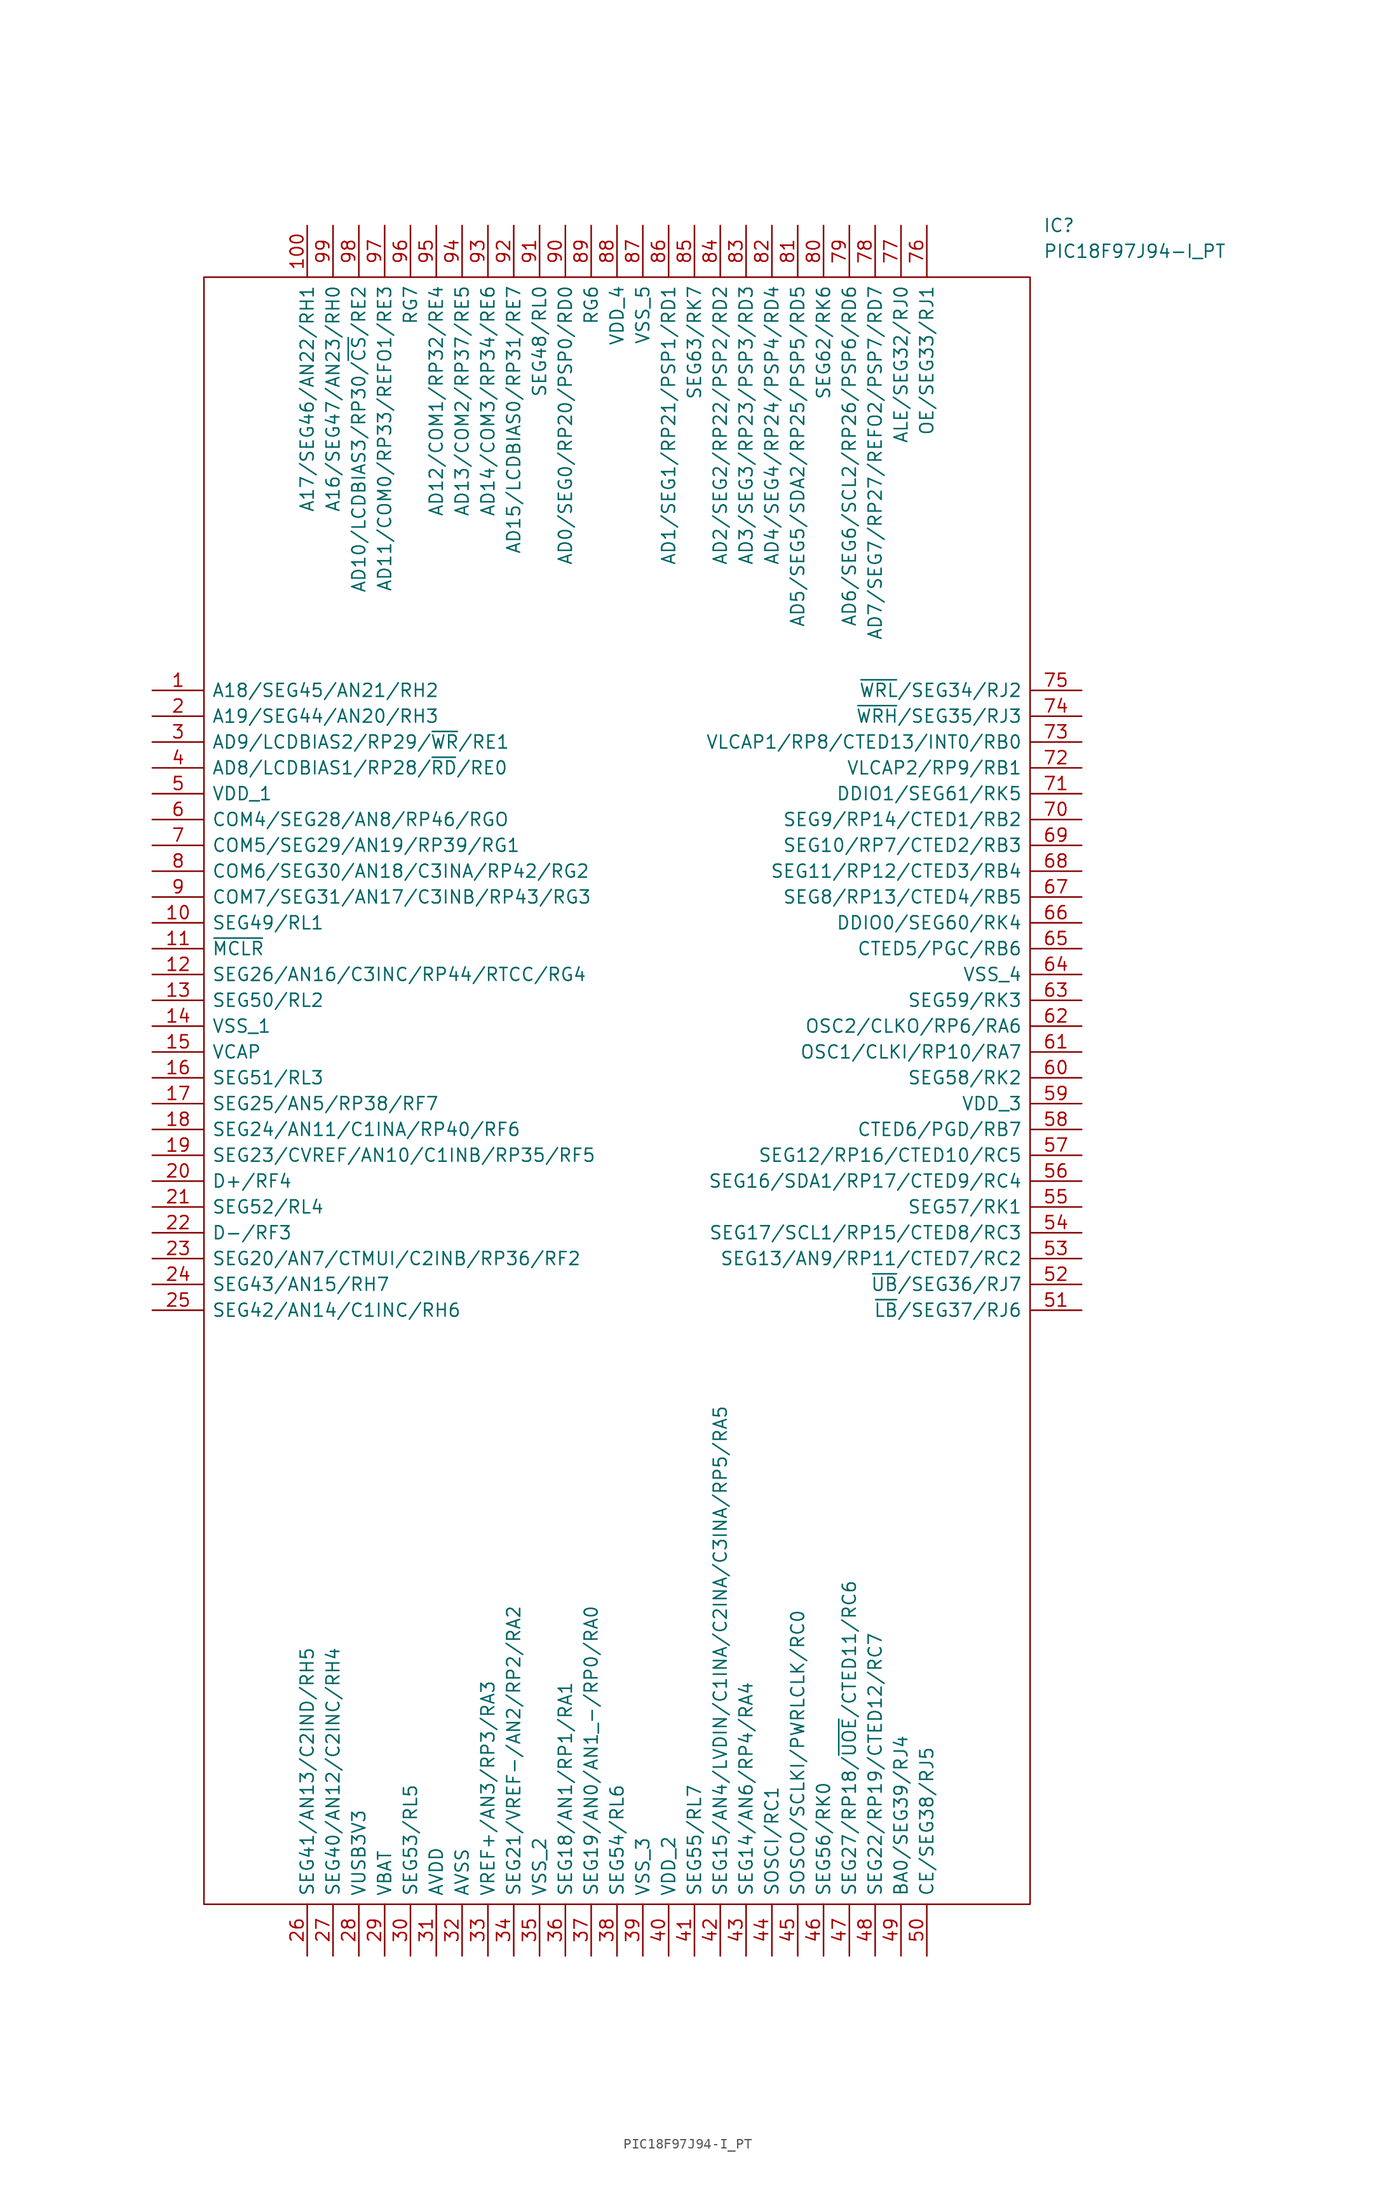
<source format=kicad_sym>
(kicad_symbol_lib
  (version 20211014)
  (generator kicad_symbol_editor)
  (symbol "PIC18F97J94-I_PT"
    (pin_names
      (offset 0.762))
    (property "Reference" "IC"
      (at 87.63 45.72 0)
      (effects (font (size 1.27 1.27)) (justify left)))
    (property "Value" "PIC18F97J94-I_PT"
      (at 87.63 43.18 0)
      (effects (font (size 1.27 1.27)) (justify left)))
    (symbol "PIC18F97J94-I_PT_0_0"
      (pin unspecified line (at 0 0 0) (length 5.08) (name "A18/SEG45/AN21/RH2" (effects (font (size 1.27 1.27)))) (number "1" (effects (font (size 1.27 1.27)))))
      (pin unspecified line (at 0 -22.86 0) (length 5.08) (name "SEG49/RL1" (effects (font (size 1.27 1.27)))) (number "10" (effects (font (size 1.27 1.27)))))
      (pin unspecified line (at 15.24 45.72 270) (length 5.08) (name "A17/SEG46/AN22/RH1" (effects (font (size 1.27 1.27)))) (number "100" (effects (font (size 1.27 1.27)))))
      (pin unspecified line (at 0 -25.4 0) (length 5.08) (name "~{MCLR}" (effects (font (size 1.27 1.27)))) (number "11" (effects (font (size 1.27 1.27)))))
      (pin unspecified line (at 0 -27.94 0) (length 5.08) (name "SEG26/AN16/C3INC/RP44/RTCC/RG4" (effects (font (size 1.27 1.27)))) (number "12" (effects (font (size 1.27 1.27)))))
      (pin unspecified line (at 0 -30.48 0) (length 5.08) (name "SEG50/RL2" (effects (font (size 1.27 1.27)))) (number "13" (effects (font (size 1.27 1.27)))))
      (pin unspecified line (at 0 -33.02 0) (length 5.08) (name "VSS_1" (effects (font (size 1.27 1.27)))) (number "14" (effects (font (size 1.27 1.27)))))
      (pin unspecified line (at 0 -35.56 0) (length 5.08) (name "VCAP" (effects (font (size 1.27 1.27)))) (number "15" (effects (font (size 1.27 1.27)))))
      (pin unspecified line (at 0 -38.1 0) (length 5.08) (name "SEG51/RL3" (effects (font (size 1.27 1.27)))) (number "16" (effects (font (size 1.27 1.27)))))
      (pin unspecified line (at 0 -40.64 0) (length 5.08) (name "SEG25/AN5/RP38/RF7" (effects (font (size 1.27 1.27)))) (number "17" (effects (font (size 1.27 1.27)))))
      (pin unspecified line (at 0 -43.18 0) (length 5.08) (name "SEG24/AN11/C1INA/RP40/RF6" (effects (font (size 1.27 1.27)))) (number "18" (effects (font (size 1.27 1.27)))))
      (pin unspecified line (at 0 -45.72 0) (length 5.08) (name "SEG23/CVREF/AN10/C1INB/RP35/RF5" (effects (font (size 1.27 1.27)))) (number "19" (effects (font (size 1.27 1.27)))))
      (pin unspecified line (at 0 -2.54 0) (length 5.08) (name "A19/SEG44/AN20/RH3" (effects (font (size 1.27 1.27)))) (number "2" (effects (font (size 1.27 1.27)))))
      (pin unspecified line (at 0 -48.26 0) (length 5.08) (name "D+/RF4" (effects (font (size 1.27 1.27)))) (number "20" (effects (font (size 1.27 1.27)))))
      (pin unspecified line (at 0 -50.8 0) (length 5.08) (name "SEG52/RL4" (effects (font (size 1.27 1.27)))) (number "21" (effects (font (size 1.27 1.27)))))
      (pin unspecified line (at 0 -53.34 0) (length 5.08) (name "D-/RF3" (effects (font (size 1.27 1.27)))) (number "22" (effects (font (size 1.27 1.27)))))
      (pin unspecified line (at 0 -55.88 0) (length 5.08) (name "SEG20/AN7/CTMUI/C2INB/RP36/RF2" (effects (font (size 1.27 1.27)))) (number "23" (effects (font (size 1.27 1.27)))))
      (pin unspecified line (at 0 -58.42 0) (length 5.08) (name "SEG43/AN15/RH7" (effects (font (size 1.27 1.27)))) (number "24" (effects (font (size 1.27 1.27)))))
      (pin unspecified line (at 0 -60.96 0) (length 5.08) (name "SEG42/AN14/C1INC/RH6" (effects (font (size 1.27 1.27)))) (number "25" (effects (font (size 1.27 1.27)))))
      (pin unspecified line (at 15.24 -124.46 90) (length 5.08) (name "SEG41/AN13/C2IND/RH5" (effects (font (size 1.27 1.27)))) (number "26" (effects (font (size 1.27 1.27)))))
      (pin unspecified line (at 17.78 -124.46 90) (length 5.08) (name "SEG40/AN12/C2INC/RH4" (effects (font (size 1.27 1.27)))) (number "27" (effects (font (size 1.27 1.27)))))
      (pin unspecified line (at 20.32 -124.46 90) (length 5.08) (name "VUSB3V3" (effects (font (size 1.27 1.27)))) (number "28" (effects (font (size 1.27 1.27)))))
      (pin unspecified line (at 22.86 -124.46 90) (length 5.08) (name "VBAT" (effects (font (size 1.27 1.27)))) (number "29" (effects (font (size 1.27 1.27)))))
      (pin unspecified line (at 0 -5.08 0) (length 5.08) (name "AD9/LCDBIAS2/RP29/~{WR}/RE1" (effects (font (size 1.27 1.27)))) (number "3" (effects (font (size 1.27 1.27)))))
      (pin unspecified line (at 25.4 -124.46 90) (length 5.08) (name "SEG53/RL5" (effects (font (size 1.27 1.27)))) (number "30" (effects (font (size 1.27 1.27)))))
      (pin unspecified line (at 27.94 -124.46 90) (length 5.08) (name "AVDD" (effects (font (size 1.27 1.27)))) (number "31" (effects (font (size 1.27 1.27)))))
      (pin unspecified line (at 30.48 -124.46 90) (length 5.08) (name "AVSS" (effects (font (size 1.27 1.27)))) (number "32" (effects (font (size 1.27 1.27)))))
      (pin unspecified line (at 33.02 -124.46 90) (length 5.08) (name "VREF+/AN3/RP3/RA3" (effects (font (size 1.27 1.27)))) (number "33" (effects (font (size 1.27 1.27)))))
      (pin unspecified line (at 35.56 -124.46 90) (length 5.08) (name "SEG21/VREF-/AN2/RP2/RA2" (effects (font (size 1.27 1.27)))) (number "34" (effects (font (size 1.27 1.27)))))
      (pin unspecified line (at 38.1 -124.46 90) (length 5.08) (name "VSS_2" (effects (font (size 1.27 1.27)))) (number "35" (effects (font (size 1.27 1.27)))))
      (pin unspecified line (at 40.64 -124.46 90) (length 5.08) (name "SEG18/AN1/RP1/RA1" (effects (font (size 1.27 1.27)))) (number "36" (effects (font (size 1.27 1.27)))))
      (pin unspecified line (at 43.18 -124.46 90) (length 5.08) (name "SEG19/AN0/AN1_-/RP0/RA0" (effects (font (size 1.27 1.27)))) (number "37" (effects (font (size 1.27 1.27)))))
      (pin unspecified line (at 45.72 -124.46 90) (length 5.08) (name "SEG54/RL6" (effects (font (size 1.27 1.27)))) (number "38" (effects (font (size 1.27 1.27)))))
      (pin unspecified line (at 48.26 -124.46 90) (length 5.08) (name "VSS_3" (effects (font (size 1.27 1.27)))) (number "39" (effects (font (size 1.27 1.27)))))
      (pin unspecified line (at 0 -7.62 0) (length 5.08) (name "AD8/LCDBIAS1/RP28/~{RD}/RE0" (effects (font (size 1.27 1.27)))) (number "4" (effects (font (size 1.27 1.27)))))
      (pin unspecified line (at 50.8 -124.46 90) (length 5.08) (name "VDD_2" (effects (font (size 1.27 1.27)))) (number "40" (effects (font (size 1.27 1.27)))))
      (pin unspecified line (at 53.34 -124.46 90) (length 5.08) (name "SEG55/RL7" (effects (font (size 1.27 1.27)))) (number "41" (effects (font (size 1.27 1.27)))))
      (pin unspecified line (at 55.88 -124.46 90) (length 5.08) (name "SEG15/AN4/LVDIN/C1INA/C2INA/C3INA/RP5/RA5" (effects (font (size 1.27 1.27)))) (number "42" (effects (font (size 1.27 1.27)))))
      (pin unspecified line (at 58.42 -124.46 90) (length 5.08) (name "SEG14/AN6/RP4/RA4" (effects (font (size 1.27 1.27)))) (number "43" (effects (font (size 1.27 1.27)))))
      (pin unspecified line (at 60.96 -124.46 90) (length 5.08) (name "SOSCI/RC1" (effects (font (size 1.27 1.27)))) (number "44" (effects (font (size 1.27 1.27)))))
      (pin unspecified line (at 63.5 -124.46 90) (length 5.08) (name "SOSCO/SCLKI/PWRLCLK/RC0" (effects (font (size 1.27 1.27)))) (number "45" (effects (font (size 1.27 1.27)))))
      (pin unspecified line (at 66.04 -124.46 90) (length 5.08) (name "SEG56/RK0" (effects (font (size 1.27 1.27)))) (number "46" (effects (font (size 1.27 1.27)))))
      (pin unspecified line (at 68.58 -124.46 90) (length 5.08) (name "SEG27/RP18/~{UOE}/CTED11/RC6" (effects (font (size 1.27 1.27)))) (number "47" (effects (font (size 1.27 1.27)))))
      (pin unspecified line (at 71.12 -124.46 90) (length 5.08) (name "SEG22/RP19/CTED12/RC7" (effects (font (size 1.27 1.27)))) (number "48" (effects (font (size 1.27 1.27)))))
      (pin unspecified line (at 73.66 -124.46 90) (length 5.08) (name "BA0/SEG39/RJ4" (effects (font (size 1.27 1.27)))) (number "49" (effects (font (size 1.27 1.27)))))
      (pin unspecified line (at 0 -10.16 0) (length 5.08) (name "VDD_1" (effects (font (size 1.27 1.27)))) (number "5" (effects (font (size 1.27 1.27)))))
      (pin unspecified line (at 76.2 -124.46 90) (length 5.08) (name "CE/SEG38/RJ5" (effects (font (size 1.27 1.27)))) (number "50" (effects (font (size 1.27 1.27)))))
      (pin unspecified line (at 91.44 -60.96 180) (length 5.08) (name "~{LB}/SEG37/RJ6" (effects (font (size 1.27 1.27)))) (number "51" (effects (font (size 1.27 1.27)))))
      (pin unspecified line (at 91.44 -58.42 180) (length 5.08) (name "~{UB}/SEG36/RJ7" (effects (font (size 1.27 1.27)))) (number "52" (effects (font (size 1.27 1.27)))))
      (pin unspecified line (at 91.44 -55.88 180) (length 5.08) (name "SEG13/AN9/RP11/CTED7/RC2" (effects (font (size 1.27 1.27)))) (number "53" (effects (font (size 1.27 1.27)))))
      (pin unspecified line (at 91.44 -53.34 180) (length 5.08) (name "SEG17/SCL1/RP15/CTED8/RC3" (effects (font (size 1.27 1.27)))) (number "54" (effects (font (size 1.27 1.27)))))
      (pin unspecified line (at 91.44 -50.8 180) (length 5.08) (name "SEG57/RK1" (effects (font (size 1.27 1.27)))) (number "55" (effects (font (size 1.27 1.27)))))
      (pin unspecified line (at 91.44 -48.26 180) (length 5.08) (name "SEG16/SDA1/RP17/CTED9/RC4" (effects (font (size 1.27 1.27)))) (number "56" (effects (font (size 1.27 1.27)))))
      (pin unspecified line (at 91.44 -45.72 180) (length 5.08) (name "SEG12/RP16/CTED10/RC5" (effects (font (size 1.27 1.27)))) (number "57" (effects (font (size 1.27 1.27)))))
      (pin unspecified line (at 91.44 -43.18 180) (length 5.08) (name "CTED6/PGD/RB7" (effects (font (size 1.27 1.27)))) (number "58" (effects (font (size 1.27 1.27)))))
      (pin unspecified line (at 91.44 -40.64 180) (length 5.08) (name "VDD_3" (effects (font (size 1.27 1.27)))) (number "59" (effects (font (size 1.27 1.27)))))
      (pin unspecified line (at 0 -12.7 0) (length 5.08) (name "COM4/SEG28/AN8/RP46/RGO" (effects (font (size 1.27 1.27)))) (number "6" (effects (font (size 1.27 1.27)))))
      (pin unspecified line (at 91.44 -38.1 180) (length 5.08) (name "SEG58/RK2" (effects (font (size 1.27 1.27)))) (number "60" (effects (font (size 1.27 1.27)))))
      (pin unspecified line (at 91.44 -35.56 180) (length 5.08) (name "OSC1/CLKI/RP10/RA7" (effects (font (size 1.27 1.27)))) (number "61" (effects (font (size 1.27 1.27)))))
      (pin unspecified line (at 91.44 -33.02 180) (length 5.08) (name "OSC2/CLKO/RP6/RA6" (effects (font (size 1.27 1.27)))) (number "62" (effects (font (size 1.27 1.27)))))
      (pin unspecified line (at 91.44 -30.48 180) (length 5.08) (name "SEG59/RK3" (effects (font (size 1.27 1.27)))) (number "63" (effects (font (size 1.27 1.27)))))
      (pin unspecified line (at 91.44 -27.94 180) (length 5.08) (name "VSS_4" (effects (font (size 1.27 1.27)))) (number "64" (effects (font (size 1.27 1.27)))))
      (pin unspecified line (at 91.44 -25.4 180) (length 5.08) (name "CTED5/PGC/RB6" (effects (font (size 1.27 1.27)))) (number "65" (effects (font (size 1.27 1.27)))))
      (pin unspecified line (at 91.44 -22.86 180) (length 5.08) (name "DDIO0/SEG60/RK4" (effects (font (size 1.27 1.27)))) (number "66" (effects (font (size 1.27 1.27)))))
      (pin unspecified line (at 91.44 -20.32 180) (length 5.08) (name "SEG8/RP13/CTED4/RB5" (effects (font (size 1.27 1.27)))) (number "67" (effects (font (size 1.27 1.27)))))
      (pin unspecified line (at 91.44 -17.78 180) (length 5.08) (name "SEG11/RP12/CTED3/RB4" (effects (font (size 1.27 1.27)))) (number "68" (effects (font (size 1.27 1.27)))))
      (pin unspecified line (at 91.44 -15.24 180) (length 5.08) (name "SEG10/RP7/CTED2/RB3" (effects (font (size 1.27 1.27)))) (number "69" (effects (font (size 1.27 1.27)))))
      (pin unspecified line (at 0 -15.24 0) (length 5.08) (name "COM5/SEG29/AN19/RP39/RG1" (effects (font (size 1.27 1.27)))) (number "7" (effects (font (size 1.27 1.27)))))
      (pin unspecified line (at 91.44 -12.7 180) (length 5.08) (name "SEG9/RP14/CTED1/RB2" (effects (font (size 1.27 1.27)))) (number "70" (effects (font (size 1.27 1.27)))))
      (pin unspecified line (at 91.44 -10.16 180) (length 5.08) (name "DDIO1/SEG61/RK5" (effects (font (size 1.27 1.27)))) (number "71" (effects (font (size 1.27 1.27)))))
      (pin unspecified line (at 91.44 -7.62 180) (length 5.08) (name "VLCAP2/RP9/RB1" (effects (font (size 1.27 1.27)))) (number "72" (effects (font (size 1.27 1.27)))))
      (pin unspecified line (at 91.44 -5.08 180) (length 5.08) (name "VLCAP1/RP8/CTED13/INT0/RB0" (effects (font (size 1.27 1.27)))) (number "73" (effects (font (size 1.27 1.27)))))
      (pin unspecified line (at 91.44 -2.54 180) (length 5.08) (name "~{WRH}/SEG35/RJ3" (effects (font (size 1.27 1.27)))) (number "74" (effects (font (size 1.27 1.27)))))
      (pin unspecified line (at 91.44 0 180) (length 5.08) (name "~{WRL}/SEG34/RJ2" (effects (font (size 1.27 1.27)))) (number "75" (effects (font (size 1.27 1.27)))))
      (pin unspecified line (at 76.2 45.72 270) (length 5.08) (name "OE/SEG33/RJ1" (effects (font (size 1.27 1.27)))) (number "76" (effects (font (size 1.27 1.27)))))
      (pin unspecified line (at 73.66 45.72 270) (length 5.08) (name "ALE/SEG32/RJ0" (effects (font (size 1.27 1.27)))) (number "77" (effects (font (size 1.27 1.27)))))
      (pin unspecified line (at 71.12 45.72 270) (length 5.08) (name "AD7/SEG7/RP27/REFO2/PSP7/RD7" (effects (font (size 1.27 1.27)))) (number "78" (effects (font (size 1.27 1.27)))))
      (pin unspecified line (at 68.58 45.72 270) (length 5.08) (name "AD6/SEG6/SCL2/RP26/PSP6/RD6" (effects (font (size 1.27 1.27)))) (number "79" (effects (font (size 1.27 1.27)))))
      (pin unspecified line (at 0 -17.78 0) (length 5.08) (name "COM6/SEG30/AN18/C3INA/RP42/RG2" (effects (font (size 1.27 1.27)))) (number "8" (effects (font (size 1.27 1.27)))))
      (pin unspecified line (at 66.04 45.72 270) (length 5.08) (name "SEG62/RK6" (effects (font (size 1.27 1.27)))) (number "80" (effects (font (size 1.27 1.27)))))
      (pin unspecified line (at 63.5 45.72 270) (length 5.08) (name "AD5/SEG5/SDA2/RP25/PSP5/RD5" (effects (font (size 1.27 1.27)))) (number "81" (effects (font (size 1.27 1.27)))))
      (pin unspecified line (at 60.96 45.72 270) (length 5.08) (name "AD4/SEG4/RP24/PSP4/RD4" (effects (font (size 1.27 1.27)))) (number "82" (effects (font (size 1.27 1.27)))))
      (pin unspecified line (at 58.42 45.72 270) (length 5.08) (name "AD3/SEG3/RP23/PSP3/RD3" (effects (font (size 1.27 1.27)))) (number "83" (effects (font (size 1.27 1.27)))))
      (pin unspecified line (at 55.88 45.72 270) (length 5.08) (name "AD2/SEG2/RP22/PSP2/RD2" (effects (font (size 1.27 1.27)))) (number "84" (effects (font (size 1.27 1.27)))))
      (pin unspecified line (at 53.34 45.72 270) (length 5.08) (name "SEG63/RK7" (effects (font (size 1.27 1.27)))) (number "85" (effects (font (size 1.27 1.27)))))
      (pin unspecified line (at 50.8 45.72 270) (length 5.08) (name "AD1/SEG1/RP21/PSP1/RD1" (effects (font (size 1.27 1.27)))) (number "86" (effects (font (size 1.27 1.27)))))
      (pin unspecified line (at 48.26 45.72 270) (length 5.08) (name "VSS_5" (effects (font (size 1.27 1.27)))) (number "87" (effects (font (size 1.27 1.27)))))
      (pin unspecified line (at 45.72 45.72 270) (length 5.08) (name "VDD_4" (effects (font (size 1.27 1.27)))) (number "88" (effects (font (size 1.27 1.27)))))
      (pin unspecified line (at 43.18 45.72 270) (length 5.08) (name "RG6" (effects (font (size 1.27 1.27)))) (number "89" (effects (font (size 1.27 1.27)))))
      (pin unspecified line (at 0 -20.32 0) (length 5.08) (name "COM7/SEG31/AN17/C3INB/RP43/RG3" (effects (font (size 1.27 1.27)))) (number "9" (effects (font (size 1.27 1.27)))))
      (pin unspecified line (at 40.64 45.72 270) (length 5.08) (name "AD0/SEG0/RP20/PSP0/RD0" (effects (font (size 1.27 1.27)))) (number "90" (effects (font (size 1.27 1.27)))))
      (pin unspecified line (at 38.1 45.72 270) (length 5.08) (name "SEG48/RL0" (effects (font (size 1.27 1.27)))) (number "91" (effects (font (size 1.27 1.27)))))
      (pin unspecified line (at 35.56 45.72 270) (length 5.08) (name "AD15/LCDBIAS0/RP31/RE7" (effects (font (size 1.27 1.27)))) (number "92" (effects (font (size 1.27 1.27)))))
      (pin unspecified line (at 33.02 45.72 270) (length 5.08) (name "AD14/COM3/RP34/RE6" (effects (font (size 1.27 1.27)))) (number "93" (effects (font (size 1.27 1.27)))))
      (pin unspecified line (at 30.48 45.72 270) (length 5.08) (name "AD13/COM2/RP37/RE5" (effects (font (size 1.27 1.27)))) (number "94" (effects (font (size 1.27 1.27)))))
      (pin unspecified line (at 27.94 45.72 270) (length 5.08) (name "AD12/COM1/RP32/RE4" (effects (font (size 1.27 1.27)))) (number "95" (effects (font (size 1.27 1.27)))))
      (pin unspecified line (at 25.4 45.72 270) (length 5.08) (name "RG7" (effects (font (size 1.27 1.27)))) (number "96" (effects (font (size 1.27 1.27)))))
      (pin unspecified line (at 22.86 45.72 270) (length 5.08) (name "AD11/COM0/RP33/REFO1/RE3" (effects (font (size 1.27 1.27)))) (number "97" (effects (font (size 1.27 1.27)))))
      (pin unspecified line (at 20.32 45.72 270) (length 5.08) (name "AD10/LCDBIAS3/RP30/~{CS}/RE2" (effects (font (size 1.27 1.27)))) (number "98" (effects (font (size 1.27 1.27)))))
      (pin unspecified line (at 17.78 45.72 270) (length 5.08) (name "A16/SEG47/AN23/RH0" (effects (font (size 1.27 1.27)))) (number "99" (effects (font (size 1.27 1.27))))))
    (symbol "PIC18F97J94-I_PT_0_1"
      (polyline (pts (xy 5.08 40.64) (xy 86.36 40.64) (xy 86.36 -119.38) (xy 5.08 -119.38) (xy 5.08 40.64)) (stroke (width 0.152) (type default) (color 0 0 0 0)) (fill (type none))))))
</source>
